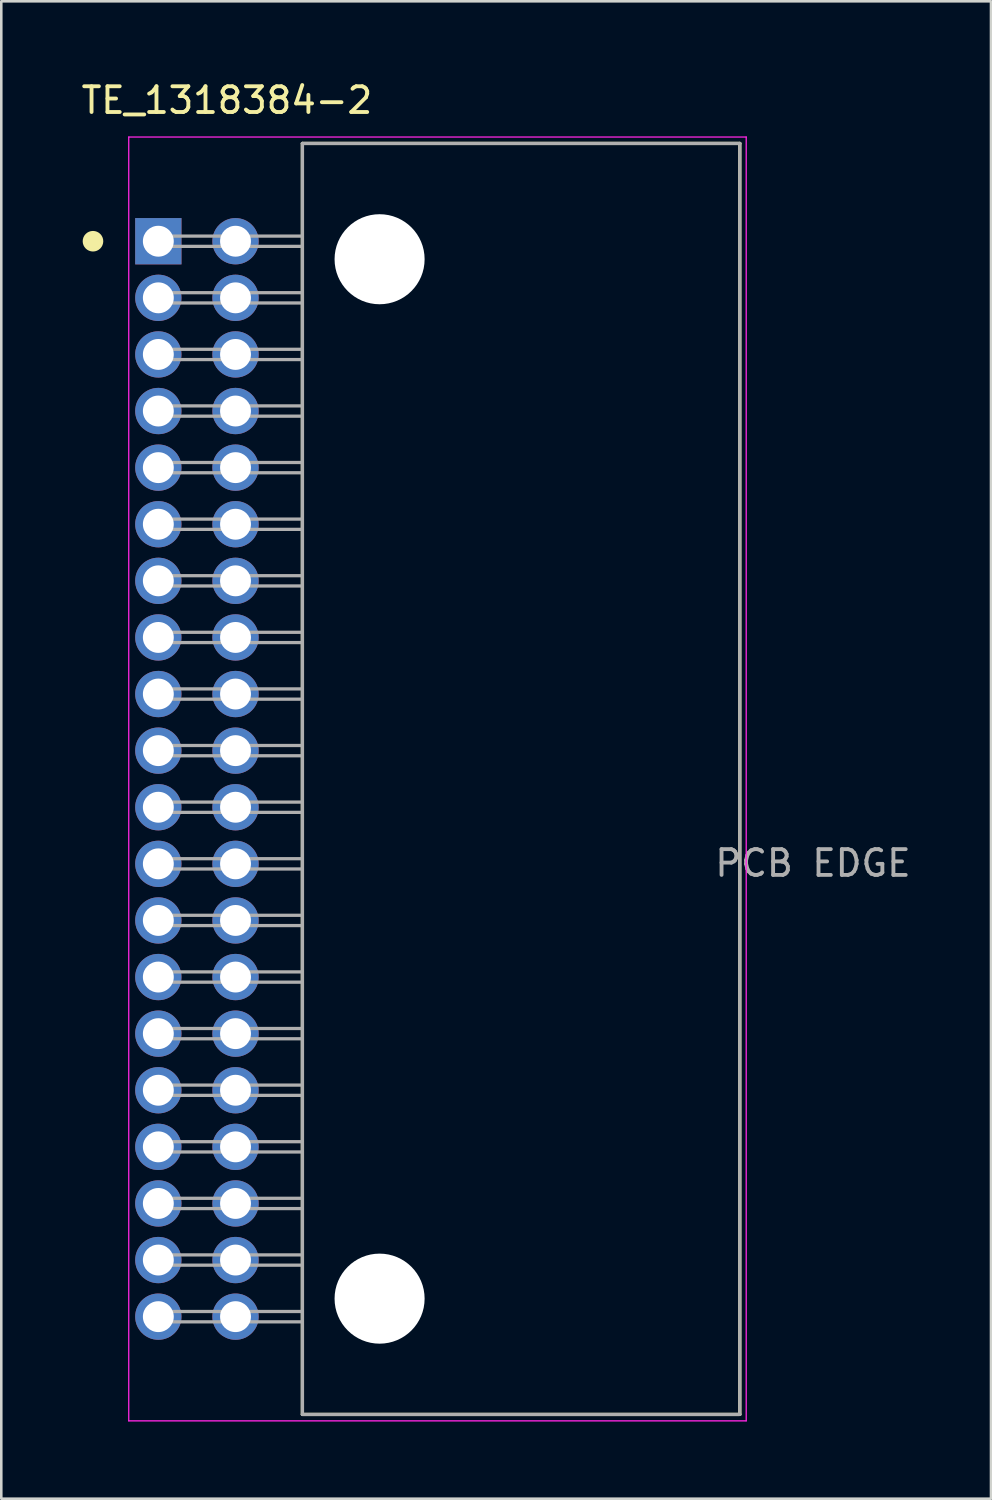
<source format=kicad_pcb>
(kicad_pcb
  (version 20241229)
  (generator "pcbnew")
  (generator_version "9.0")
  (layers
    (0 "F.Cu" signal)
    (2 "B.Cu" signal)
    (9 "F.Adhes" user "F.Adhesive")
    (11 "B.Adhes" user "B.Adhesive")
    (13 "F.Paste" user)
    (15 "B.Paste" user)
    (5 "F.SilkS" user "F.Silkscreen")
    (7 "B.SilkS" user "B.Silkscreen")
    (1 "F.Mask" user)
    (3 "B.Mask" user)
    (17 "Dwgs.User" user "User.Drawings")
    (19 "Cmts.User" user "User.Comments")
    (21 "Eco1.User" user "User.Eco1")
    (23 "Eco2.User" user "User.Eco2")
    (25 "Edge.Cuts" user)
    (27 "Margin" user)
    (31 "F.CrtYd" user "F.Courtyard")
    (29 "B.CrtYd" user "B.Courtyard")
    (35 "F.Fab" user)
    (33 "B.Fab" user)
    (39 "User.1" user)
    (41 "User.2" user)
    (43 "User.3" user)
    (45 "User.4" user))
  (footprint "TE_1318384-2"
    (layer "F.Cu")
    (at 3.104 6.326)
    (property "Reference" "TE_1318384-2" (at 2.666 -5.478 0) (layer "F.SilkS") (effects (font (size 1 1) (thickness 0.15))))
    (attr through_hole)
    (fp_line (start 5.6 -3.8) (end 22.6 -3.8) (stroke (width 0.127) (type solid)) (layer "F.SilkS"))
    (fp_line (start 5.6 45.6) (end 5.6 -3.8) (stroke (width 0.127) (type solid)) (layer "F.SilkS"))
    (fp_line (start 22.6 -3.8) (end 22.6 45.6) (stroke (width 0.127) (type solid)) (layer "F.SilkS"))
    (fp_line (start 22.6 45.6) (end 5.6 45.6) (stroke (width 0.127) (type solid)) (layer "F.SilkS"))
    (fp_circle (center -2.54 0) (end -2.34 0) (stroke (width 0.4) (type solid)) (fill no) (layer "F.SilkS"))
    (fp_line (start -1.15 -4.05) (end 22.85 -4.05) (stroke (width 0.05) (type solid)) (layer "F.CrtYd"))
    (fp_line (start -1.15 45.85) (end -1.15 -4.05) (stroke (width 0.05) (type solid)) (layer "F.CrtYd"))
    (fp_line (start 22.85 -4.05) (end 22.85 45.85) (stroke (width 0.05) (type solid)) (layer "F.CrtYd"))
    (fp_line (start 22.85 45.85) (end -1.15 45.85) (stroke (width 0.05) (type solid)) (layer "F.CrtYd"))
    (fp_line (start 0 -0.2) (end 0 0.2) (stroke (width 0.127) (type solid)) (layer "F.Fab"))
    (fp_line (start 0 2) (end 0 2.4) (stroke (width 0.127) (type solid)) (layer "F.Fab"))
    (fp_line (start 0 4.2) (end 0 4.6) (stroke (width 0.127) (type solid)) (layer "F.Fab"))
    (fp_line (start 0 6.4) (end 0 6.8) (stroke (width 0.127) (type solid)) (layer "F.Fab"))
    (fp_line (start 0 8.6) (end 0 9) (stroke (width 0.127) (type solid)) (layer "F.Fab"))
    (fp_line (start 0 10.8) (end 0 11.2) (stroke (width 0.127) (type solid)) (layer "F.Fab"))
    (fp_line (start 0 13) (end 0 13.4) (stroke (width 0.127) (type solid)) (layer "F.Fab"))
    (fp_line (start 0 15.2) (end 0 15.6) (stroke (width 0.127) (type solid)) (layer "F.Fab"))
    (fp_line (start 0 17.4) (end 0 17.8) (stroke (width 0.127) (type solid)) (layer "F.Fab"))
    (fp_line (start 0 19.6) (end 0 20) (stroke (width 0.127) (type solid)) (layer "F.Fab"))
    (fp_line (start 0 21.8) (end 0 22.2) (stroke (width 0.127) (type solid)) (layer "F.Fab"))
    (fp_line (start 0 24) (end 0 24.4) (stroke (width 0.127) (type solid)) (layer "F.Fab"))
    (fp_line (start 0 26.2) (end 0 26.6) (stroke (width 0.127) (type solid)) (layer "F.Fab"))
    (fp_line (start 0 28.4) (end 0 28.8) (stroke (width 0.127) (type solid)) (layer "F.Fab"))
    (fp_line (start 0 30.6) (end 0 31) (stroke (width 0.127) (type solid)) (layer "F.Fab"))
    (fp_line (start 0 32.8) (end 0 33.2) (stroke (width 0.127) (type solid)) (layer "F.Fab"))
    (fp_line (start 0 35) (end 0 35.4) (stroke (width 0.127) (type solid)) (layer "F.Fab"))
    (fp_line (start 0 37.2) (end 0 37.6) (stroke (width 0.127) (type solid)) (layer "F.Fab"))
    (fp_line (start 0 39.4) (end 0 39.8) (stroke (width 0.127) (type solid)) (layer "F.Fab"))
    (fp_line (start 0 41.6) (end 0 42) (stroke (width 0.127) (type solid)) (layer "F.Fab"))
    (fp_line (start 5.6 -3.8) (end 22.6 -3.8) (stroke (width 0.127) (type solid)) (layer "F.Fab"))
    (fp_line (start 5.6 -0.2) (end 0 -0.2) (stroke (width 0.127) (type solid)) (layer "F.Fab"))
    (fp_line (start 5.6 -0.2) (end 5.6 -3.8) (stroke (width 0.127) (type solid)) (layer "F.Fab"))
    (fp_line (start 5.6 0.2) (end 0 0.2) (stroke (width 0.127) (type solid)) (layer "F.Fab"))
    (fp_line (start 5.6 0.2) (end 5.6 -0.2) (stroke (width 0.127) (type solid)) (layer "F.Fab"))
    (fp_line (start 5.6 2) (end 0 2) (stroke (width 0.127) (type solid)) (layer "F.Fab"))
    (fp_line (start 5.6 2.4) (end 0 2.4) (stroke (width 0.127) (type solid)) (layer "F.Fab"))
    (fp_line (start 5.6 4.2) (end 0 4.2) (stroke (width 0.127) (type solid)) (layer "F.Fab"))
    (fp_line (start 5.6 4.6) (end 0 4.6) (stroke (width 0.127) (type solid)) (layer "F.Fab"))
    (fp_line (start 5.6 6.4) (end 0 6.4) (stroke (width 0.127) (type solid)) (layer "F.Fab"))
    (fp_line (start 5.6 6.8) (end 0 6.8) (stroke (width 0.127) (type solid)) (layer "F.Fab"))
    (fp_line (start 5.6 8.6) (end 0 8.6) (stroke (width 0.127) (type solid)) (layer "F.Fab"))
    (fp_line (start 5.6 9) (end 0 9) (stroke (width 0.127) (type solid)) (layer "F.Fab"))
    (fp_line (start 5.6 10.8) (end 0 10.8) (stroke (width 0.127) (type solid)) (layer "F.Fab"))
    (fp_line (start 5.6 11.2) (end 0 11.2) (stroke (width 0.127) (type solid)) (layer "F.Fab"))
    (fp_line (start 5.6 13) (end 0 13) (stroke (width 0.127) (type solid)) (layer "F.Fab"))
    (fp_line (start 5.6 13.4) (end 0 13.4) (stroke (width 0.127) (type solid)) (layer "F.Fab"))
    (fp_line (start 5.6 15.2) (end 0 15.2) (stroke (width 0.127) (type solid)) (layer "F.Fab"))
    (fp_line (start 5.6 15.6) (end 0 15.6) (stroke (width 0.127) (type solid)) (layer "F.Fab"))
    (fp_line (start 5.6 17.4) (end 0 17.4) (stroke (width 0.127) (type solid)) (layer "F.Fab"))
    (fp_line (start 5.6 17.8) (end 0 17.8) (stroke (width 0.127) (type solid)) (layer "F.Fab"))
    (fp_line (start 5.6 19.6) (end 0 19.6) (stroke (width 0.127) (type solid)) (layer "F.Fab"))
    (fp_line (start 5.6 20) (end 0 20) (stroke (width 0.127) (type solid)) (layer "F.Fab"))
    (fp_line (start 5.6 21.8) (end 0 21.8) (stroke (width 0.127) (type solid)) (layer "F.Fab"))
    (fp_line (start 5.6 22.2) (end 0 22.2) (stroke (width 0.127) (type solid)) (layer "F.Fab"))
    (fp_line (start 5.6 24) (end 0 24) (stroke (width 0.127) (type solid)) (layer "F.Fab"))
    (fp_line (start 5.6 24.4) (end 0 24.4) (stroke (width 0.127) (type solid)) (layer "F.Fab"))
    (fp_line (start 5.6 26.2) (end 0 26.2) (stroke (width 0.127) (type solid)) (layer "F.Fab"))
    (fp_line (start 5.6 26.6) (end 0 26.6) (stroke (width 0.127) (type solid)) (layer "F.Fab"))
    (fp_line (start 5.6 28.4) (end 0 28.4) (stroke (width 0.127) (type solid)) (layer "F.Fab"))
    (fp_line (start 5.6 28.8) (end 0 28.8) (stroke (width 0.127) (type solid)) (layer "F.Fab"))
    (fp_line (start 5.6 30.6) (end 0 30.6) (stroke (width 0.127) (type solid)) (layer "F.Fab"))
    (fp_line (start 5.6 31) (end 0 31) (stroke (width 0.127) (type solid)) (layer "F.Fab"))
    (fp_line (start 5.6 32.8) (end 0 32.8) (stroke (width 0.127) (type solid)) (layer "F.Fab"))
    (fp_line (start 5.6 33.2) (end 0 33.2) (stroke (width 0.127) (type solid)) (layer "F.Fab"))
    (fp_line (start 5.6 35) (end 0 35) (stroke (width 0.127) (type solid)) (layer "F.Fab"))
    (fp_line (start 5.6 35.4) (end 0 35.4) (stroke (width 0.127) (type solid)) (layer "F.Fab"))
    (fp_line (start 5.6 37.2) (end 0 37.2) (stroke (width 0.127) (type solid)) (layer "F.Fab"))
    (fp_line (start 5.6 37.6) (end 0 37.6) (stroke (width 0.127) (type solid)) (layer "F.Fab"))
    (fp_line (start 5.6 39.4) (end 0 39.4) (stroke (width 0.127) (type solid)) (layer "F.Fab"))
    (fp_line (start 5.6 39.8) (end 0 39.8) (stroke (width 0.127) (type solid)) (layer "F.Fab"))
    (fp_line (start 5.6 41.6) (end 0 41.6) (stroke (width 0.127) (type solid)) (layer "F.Fab"))
    (fp_line (start 5.6 42) (end 0 42) (stroke (width 0.127) (type solid)) (layer "F.Fab"))
    (fp_line (start 5.6 45.6) (end 5.6 0.2) (stroke (width 0.127) (type solid)) (layer "F.Fab"))
    (fp_line (start 22.6 -3.8) (end 22.6 45.6) (stroke (width 0.127) (type solid)) (layer "F.Fab"))
    (fp_line (start 22.6 45.6) (end 5.6 45.6) (stroke (width 0.127) (type solid)) (layer "F.Fab"))
    (fp_text user "PCB EDGE" (at 25.446 24.174 0) (layer "F.Fab") (effects (font (size 1.002 1.002) (thickness 0.15))))
    (pad "" np_thru_hole circle (at 8.6 0.7) (size 3.5 3.5) (drill 3.5) (layers "*.Cu" "*.Mask"))
    (pad "" np_thru_hole circle (at 8.6 41.1) (size 3.5 3.5) (drill 3.5) (layers "*.Cu" "*.Mask"))
    (pad "1" thru_hole rect (at 0 0) (size 1.8 1.8) (drill 1.2) (layers "*.Cu" "*.Mask"))
    (pad "2" thru_hole circle (at 0 2.2) (size 1.8 1.8) (drill 1.2) (layers "*.Cu" "*.Mask"))
    (pad "3" thru_hole circle (at 0 4.4) (size 1.8 1.8) (drill 1.2) (layers "*.Cu" "*.Mask"))
    (pad "4" thru_hole circle (at 0 6.6) (size 1.8 1.8) (drill 1.2) (layers "*.Cu" "*.Mask"))
    (pad "5" thru_hole circle (at 0 8.8) (size 1.8 1.8) (drill 1.2) (layers "*.Cu" "*.Mask"))
    (pad "6" thru_hole circle (at 0 11) (size 1.8 1.8) (drill 1.2) (layers "*.Cu" "*.Mask"))
    (pad "7" thru_hole circle (at 0 13.2) (size 1.8 1.8) (drill 1.2) (layers "*.Cu" "*.Mask"))
    (pad "8" thru_hole circle (at 0 15.4) (size 1.8 1.8) (drill 1.2) (layers "*.Cu" "*.Mask"))
    (pad "9" thru_hole circle (at 0 17.6) (size 1.8 1.8) (drill 1.2) (layers "*.Cu" "*.Mask"))
    (pad "10" thru_hole circle (at 0 19.8) (size 1.8 1.8) (drill 1.2) (layers "*.Cu" "*.Mask"))
    (pad "11" thru_hole circle (at 0 22) (size 1.8 1.8) (drill 1.2) (layers "*.Cu" "*.Mask"))
    (pad "12" thru_hole circle (at 0 24.2) (size 1.8 1.8) (drill 1.2) (layers "*.Cu" "*.Mask"))
    (pad "13" thru_hole circle (at 0 26.4) (size 1.8 1.8) (drill 1.2) (layers "*.Cu" "*.Mask"))
    (pad "14" thru_hole circle (at 0 28.6) (size 1.8 1.8) (drill 1.2) (layers "*.Cu" "*.Mask"))
    (pad "15" thru_hole circle (at 0 30.8) (size 1.8 1.8) (drill 1.2) (layers "*.Cu" "*.Mask"))
    (pad "16" thru_hole circle (at 0 33) (size 1.8 1.8) (drill 1.2) (layers "*.Cu" "*.Mask"))
    (pad "17" thru_hole circle (at 0 35.2) (size 1.8 1.8) (drill 1.2) (layers "*.Cu" "*.Mask"))
    (pad "18" thru_hole circle (at 0 37.4) (size 1.8 1.8) (drill 1.2) (layers "*.Cu" "*.Mask"))
    (pad "19" thru_hole circle (at 0 39.6) (size 1.8 1.8) (drill 1.2) (layers "*.Cu" "*.Mask"))
    (pad "20" thru_hole circle (at 0 41.8) (size 1.8 1.8) (drill 1.2) (layers "*.Cu" "*.Mask"))
    (pad "21" thru_hole circle (at 3 0) (size 1.8 1.8) (drill 1.2) (layers "*.Cu" "*.Mask"))
    (pad "22" thru_hole circle (at 3 2.2) (size 1.8 1.8) (drill 1.2) (layers "*.Cu" "*.Mask"))
    (pad "23" thru_hole circle (at 3 4.4) (size 1.8 1.8) (drill 1.2) (layers "*.Cu" "*.Mask"))
    (pad "24" thru_hole circle (at 3 6.6) (size 1.8 1.8) (drill 1.2) (layers "*.Cu" "*.Mask"))
    (pad "25" thru_hole circle (at 3 8.8) (size 1.8 1.8) (drill 1.2) (layers "*.Cu" "*.Mask"))
    (pad "26" thru_hole circle (at 3 11) (size 1.8 1.8) (drill 1.2) (layers "*.Cu" "*.Mask"))
    (pad "27" thru_hole circle (at 3 13.2) (size 1.8 1.8) (drill 1.2) (layers "*.Cu" "*.Mask"))
    (pad "28" thru_hole circle (at 3 15.4) (size 1.8 1.8) (drill 1.2) (layers "*.Cu" "*.Mask"))
    (pad "29" thru_hole circle (at 3 17.6) (size 1.8 1.8) (drill 1.2) (layers "*.Cu" "*.Mask"))
    (pad "30" thru_hole circle (at 3 19.8) (size 1.8 1.8) (drill 1.2) (layers "*.Cu" "*.Mask"))
    (pad "31" thru_hole circle (at 3 22) (size 1.8 1.8) (drill 1.2) (layers "*.Cu" "*.Mask"))
    (pad "32" thru_hole circle (at 3 24.2) (size 1.8 1.8) (drill 1.2) (layers "*.Cu" "*.Mask"))
    (pad "33" thru_hole circle (at 3 26.4) (size 1.8 1.8) (drill 1.2) (layers "*.Cu" "*.Mask"))
    (pad "34" thru_hole circle (at 3 28.6) (size 1.8 1.8) (drill 1.2) (layers "*.Cu" "*.Mask"))
    (pad "35" thru_hole circle (at 3 30.8) (size 1.8 1.8) (drill 1.2) (layers "*.Cu" "*.Mask"))
    (pad "36" thru_hole circle (at 3 33) (size 1.8 1.8) (drill 1.2) (layers "*.Cu" "*.Mask"))
    (pad "37" thru_hole circle (at 3 35.2) (size 1.8 1.8) (drill 1.2) (layers "*.Cu" "*.Mask"))
    (pad "38" thru_hole circle (at 3 37.4) (size 1.8 1.8) (drill 1.2) (layers "*.Cu" "*.Mask"))
    (pad "39" thru_hole circle (at 3 39.6) (size 1.8 1.8) (drill 1.2) (layers "*.Cu" "*.Mask"))
    (pad "40" thru_hole circle (at 3 41.8) (size 1.8 1.8) (drill 1.2) (layers "*.Cu" "*.Mask")))
  (gr_rect
    (start -3 -3)
    (end 35.468 55.201)
    (stroke (width 0.1) (type default))
    (fill no)
    (layer "Edge.Cuts")))
</source>
